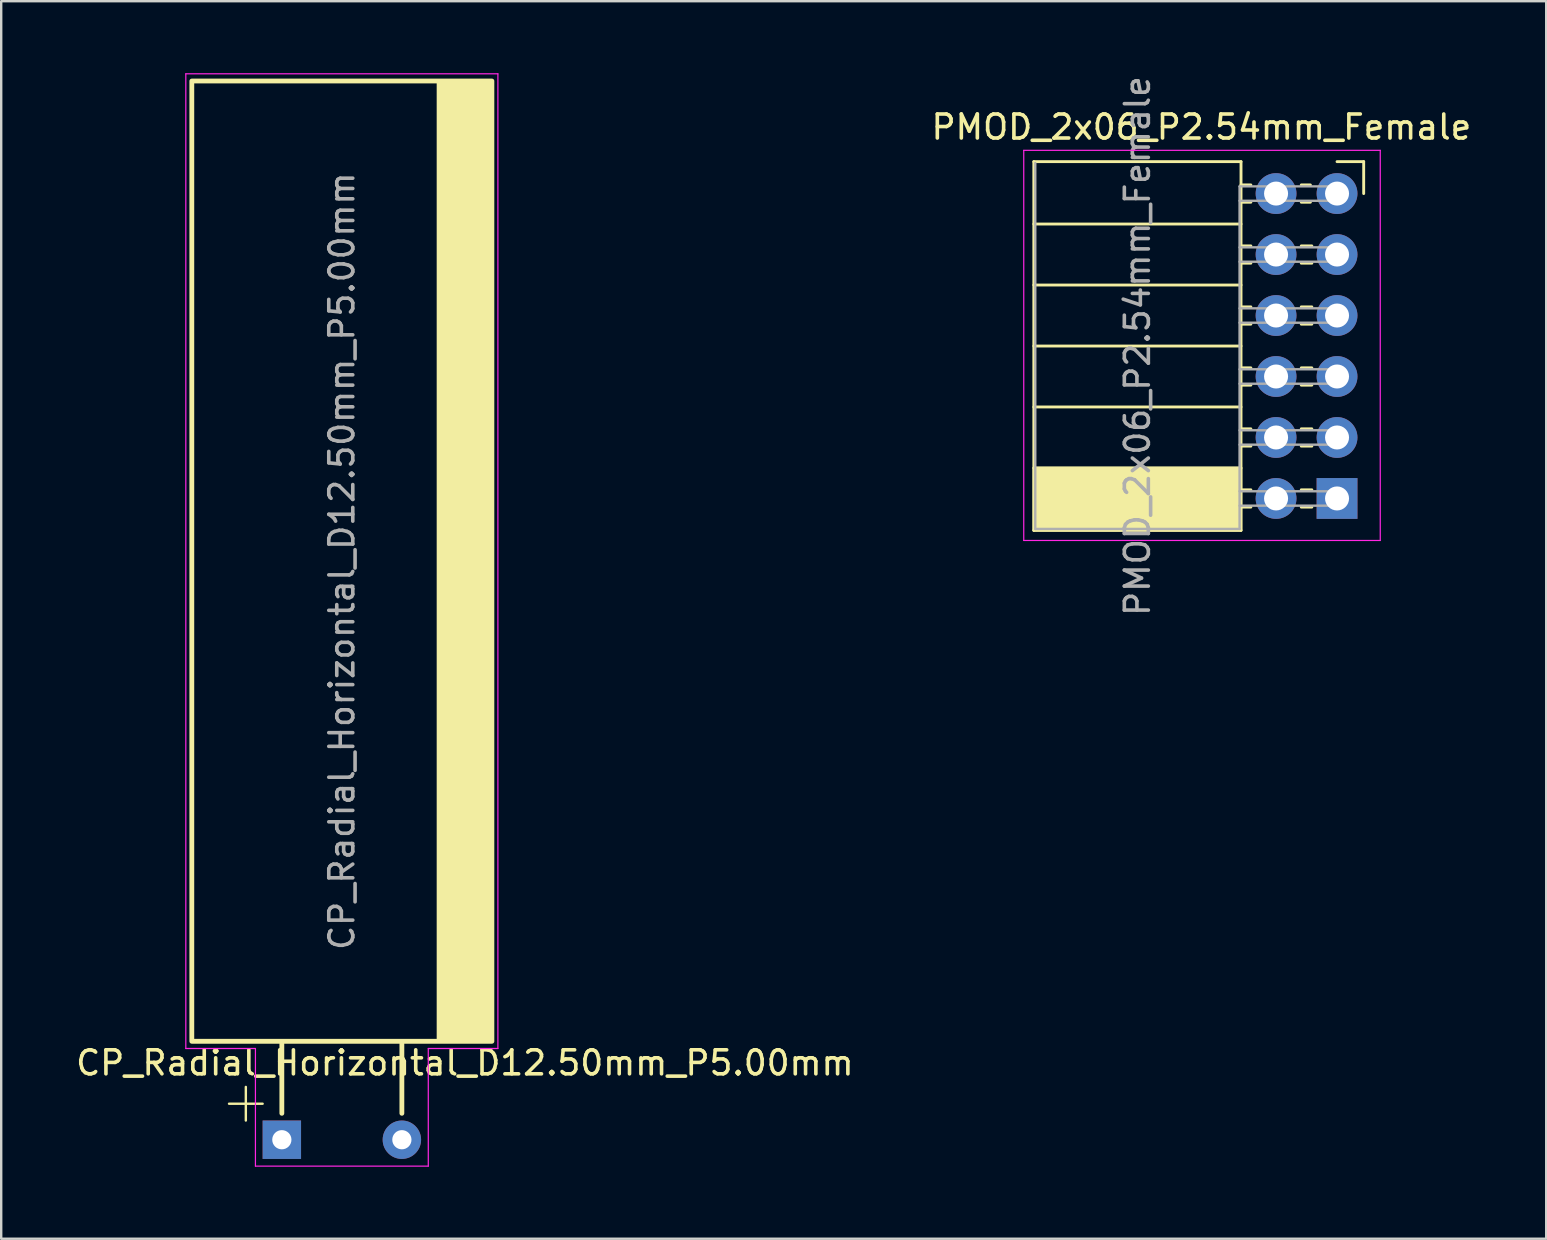
<source format=kicad_pcb>
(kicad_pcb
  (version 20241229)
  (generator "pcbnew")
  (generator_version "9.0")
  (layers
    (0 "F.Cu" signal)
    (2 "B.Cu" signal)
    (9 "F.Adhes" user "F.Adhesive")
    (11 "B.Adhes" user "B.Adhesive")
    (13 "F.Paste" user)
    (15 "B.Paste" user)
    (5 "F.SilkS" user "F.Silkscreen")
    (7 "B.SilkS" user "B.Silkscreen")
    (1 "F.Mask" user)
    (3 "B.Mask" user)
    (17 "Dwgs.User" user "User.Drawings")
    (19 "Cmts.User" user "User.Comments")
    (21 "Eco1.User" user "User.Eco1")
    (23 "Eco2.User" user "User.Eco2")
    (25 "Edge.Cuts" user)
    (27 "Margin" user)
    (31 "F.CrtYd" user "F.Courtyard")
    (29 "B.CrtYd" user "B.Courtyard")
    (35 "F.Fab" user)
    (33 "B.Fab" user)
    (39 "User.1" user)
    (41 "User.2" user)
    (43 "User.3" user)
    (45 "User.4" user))
  (footprint "CP_Radial_Horizontal_D12.50mm_P5.00mm"
    (layer "F.Cu")
    (at 11.19 44.425)
    (property "Reference" "CP_Radial_Horizontal_D12.50mm_P5.00mm" (at 5.125 -3.2 0) (unlocked yes) (layer "F.SilkS") (effects (font (size 1 1) (thickness 0.15))))
    (attr through_hole)
    (fp_line (start -4.7 -1.5) (end -3.3 -1.5) (stroke (width 0.1) (type default)) (layer "F.SilkS"))
    (fp_line (start -4 -2.2) (end -4 -0.8) (stroke (width 0.1) (type default)) (layer "F.SilkS"))
    (fp_line (start -2.5 -1.1) (end -2.5 -4) (stroke (width 0.2) (type default)) (layer "F.SilkS"))
    (fp_line (start 2.5 -1.1) (end 2.5 -4) (stroke (width 0.2) (type default)) (layer "F.SilkS"))
    (fp_rect (start -6.25 -44.1) (end 6.25 -4.1) (stroke (width 0.2) (type solid)) (fill no) (layer "F.SilkS"))
    (fp_rect (start 4 -44.1) (end 6.25 -4.1) (stroke (width 0.1) (type default)) (fill yes) (layer "F.SilkS"))
    (fp_line (start -6.5 -44.4) (end 6.5 -44.4) (stroke (width 0.05) (type default)) (layer "F.CrtYd"))
    (fp_line (start -6.5 -3.8) (end -6.5 -44.4) (stroke (width 0.05) (type default)) (layer "F.CrtYd"))
    (fp_line (start -3.6 -3.8) (end -6.5 -3.8) (stroke (width 0.05) (type default)) (layer "F.CrtYd"))
    (fp_line (start -3.6 1.1) (end -3.6 -3.8) (stroke (width 0.05) (type default)) (layer "F.CrtYd"))
    (fp_line (start 3.6 -3.8) (end 3.6 1.1) (stroke (width 0.05) (type default)) (layer "F.CrtYd"))
    (fp_line (start 3.6 1.1) (end -3.6 1.1) (stroke (width 0.05) (type default)) (layer "F.CrtYd"))
    (fp_line (start 6.5 -44.4) (end 6.5 -3.8) (stroke (width 0.05) (type default)) (layer "F.CrtYd"))
    (fp_line (start 6.5 -3.8) (end 3.6 -3.8) (stroke (width 0.05) (type default)) (layer "F.CrtYd"))
    (fp_text user "${REFERENCE}" (at 0 -24.1 90) (unlocked yes) (layer "F.Fab") (effects (font (size 1 1) (thickness 0.15))))
    (pad "1" thru_hole rect (at -2.5 0) (size 1.6 1.6) (drill 0.8) (layers "*.Cu" "*.Mask"))
    (pad "2" thru_hole circle (at 2.5 0) (size 1.6 1.6) (drill 0.8) (layers "*.Cu" "*.Mask")))
  (footprint "PMOD_2x06_P2.54mm_Female"
    (layer "F.Cu")
    (at 52.644 5.013)
    (property "Reference" "PMOD_2x06_P2.54mm_Female" (at -5.65 -2.77 0) (layer "F.SilkS") (effects (font (size 1 1) (thickness 0.15))))
    (attr through_hole)
    (fp_line (start -12.63 -1.33) (end -12.63 14.03) (stroke (width 0.12) (type solid)) (layer "F.SilkS"))
    (fp_line (start -12.63 -1.33) (end -4 -1.33) (stroke (width 0.12) (type solid)) (layer "F.SilkS"))
    (fp_line (start -12.63 1.27) (end -4 1.27) (stroke (width 0.12) (type solid)) (layer "F.SilkS"))
    (fp_line (start -12.63 3.81) (end -4 3.81) (stroke (width 0.12) (type solid)) (layer "F.SilkS"))
    (fp_line (start -12.63 6.35) (end -4 6.35) (stroke (width 0.12) (type solid)) (layer "F.SilkS"))
    (fp_line (start -12.63 8.89) (end -4 8.89) (stroke (width 0.12) (type solid)) (layer "F.SilkS"))
    (fp_line (start -12.63 11.43) (end -4 11.43) (stroke (width 0.12) (type solid)) (layer "F.SilkS"))
    (fp_line (start -12.63 14.03) (end -4 14.03) (stroke (width 0.12) (type solid)) (layer "F.SilkS"))
    (fp_line (start -4 -1.33) (end -4 14.03) (stroke (width 0.12) (type solid)) (layer "F.SilkS"))
    (fp_line (start -4 -0.36) (end -3.59 -0.36) (stroke (width 0.12) (type solid)) (layer "F.SilkS"))
    (fp_line (start -4 0.36) (end -3.59 0.36) (stroke (width 0.12) (type solid)) (layer "F.SilkS"))
    (fp_line (start -4 2.18) (end -3.59 2.18) (stroke (width 0.12) (type solid)) (layer "F.SilkS"))
    (fp_line (start -4 2.9) (end -3.59 2.9) (stroke (width 0.12) (type solid)) (layer "F.SilkS"))
    (fp_line (start -4 4.72) (end -3.59 4.72) (stroke (width 0.12) (type solid)) (layer "F.SilkS"))
    (fp_line (start -4 5.44) (end -3.59 5.44) (stroke (width 0.12) (type solid)) (layer "F.SilkS"))
    (fp_line (start -4 7.26) (end -3.59 7.26) (stroke (width 0.12) (type solid)) (layer "F.SilkS"))
    (fp_line (start -4 7.98) (end -3.59 7.98) (stroke (width 0.12) (type solid)) (layer "F.SilkS"))
    (fp_line (start -4 9.8) (end -3.59 9.8) (stroke (width 0.12) (type solid)) (layer "F.SilkS"))
    (fp_line (start -4 10.52) (end -3.59 10.52) (stroke (width 0.12) (type solid)) (layer "F.SilkS"))
    (fp_line (start -4 12.34) (end -3.59 12.34) (stroke (width 0.12) (type solid)) (layer "F.SilkS"))
    (fp_line (start -4 13.06) (end -3.59 13.06) (stroke (width 0.12) (type solid)) (layer "F.SilkS"))
    (fp_line (start -1.49 -0.36) (end -1.11 -0.36) (stroke (width 0.12) (type solid)) (layer "F.SilkS"))
    (fp_line (start -1.49 0.36) (end -1.11 0.36) (stroke (width 0.12) (type solid)) (layer "F.SilkS"))
    (fp_line (start -1.49 2.18) (end -1.05 2.18) (stroke (width 0.12) (type solid)) (layer "F.SilkS"))
    (fp_line (start -1.49 2.9) (end -1.05 2.9) (stroke (width 0.12) (type solid)) (layer "F.SilkS"))
    (fp_line (start -1.49 4.72) (end -1.05 4.72) (stroke (width 0.12) (type solid)) (layer "F.SilkS"))
    (fp_line (start -1.49 5.44) (end -1.05 5.44) (stroke (width 0.12) (type solid)) (layer "F.SilkS"))
    (fp_line (start -1.49 7.26) (end -1.05 7.26) (stroke (width 0.12) (type solid)) (layer "F.SilkS"))
    (fp_line (start -1.49 7.98) (end -1.05 7.98) (stroke (width 0.12) (type solid)) (layer "F.SilkS"))
    (fp_line (start -1.49 9.8) (end -1.05 9.8) (stroke (width 0.12) (type solid)) (layer "F.SilkS"))
    (fp_line (start -1.49 10.52) (end -1.05 10.52) (stroke (width 0.12) (type solid)) (layer "F.SilkS"))
    (fp_line (start -1.49 12.34) (end -1.05 12.34) (stroke (width 0.12) (type solid)) (layer "F.SilkS"))
    (fp_line (start -1.49 13.06) (end -1.05 13.06) (stroke (width 0.12) (type solid)) (layer "F.SilkS"))
    (fp_line (start 0 -1.33) (end 1.11 -1.33) (stroke (width 0.12) (type solid)) (layer "F.SilkS"))
    (fp_line (start 1.11 -1.33) (end 1.11 0) (stroke (width 0.12) (type solid)) (layer "F.SilkS"))
    (fp_rect (start -12.63 11.43) (end -4 14.03) (stroke (width 0.1) (type solid)) (fill yes) (layer "F.SilkS"))
    (fp_line (start -13.05 -1.8) (end -13.05 14.45) (stroke (width 0.05) (type solid)) (layer "F.CrtYd"))
    (fp_line (start -13.05 14.45) (end 1.8 14.45) (stroke (width 0.05) (type solid)) (layer "F.CrtYd"))
    (fp_line (start 1.8 -1.8) (end -13.05 -1.8) (stroke (width 0.05) (type solid)) (layer "F.CrtYd"))
    (fp_line (start 1.8 14.45) (end 1.8 -1.8) (stroke (width 0.05) (type solid)) (layer "F.CrtYd"))
    (fp_line (start -12.57 13.97) (end -12.57 -1.27) (stroke (width 0.1) (type solid)) (layer "F.Fab"))
    (fp_line (start -4.06 -0.3) (end -4.06 13.97) (stroke (width 0.1) (type solid)) (layer "F.Fab"))
    (fp_line (start -4.06 0.3) (end 0 0.3) (stroke (width 0.1) (type solid)) (layer "F.Fab"))
    (fp_line (start -4.06 2.84) (end 0 2.84) (stroke (width 0.1) (type solid)) (layer "F.Fab"))
    (fp_line (start -4.06 5.38) (end 0 5.38) (stroke (width 0.1) (type solid)) (layer "F.Fab"))
    (fp_line (start -4.06 7.92) (end 0 7.92) (stroke (width 0.1) (type solid)) (layer "F.Fab"))
    (fp_line (start -4.06 10.46) (end 0 10.46) (stroke (width 0.1) (type solid)) (layer "F.Fab"))
    (fp_line (start -4.06 13) (end 0 13) (stroke (width 0.1) (type solid)) (layer "F.Fab"))
    (fp_line (start -4.06 13.97) (end -12.57 13.97) (stroke (width 0.1) (type solid)) (layer "F.Fab"))
    (fp_line (start 0 -0.3) (end -4.06 -0.3) (stroke (width 0.1) (type solid)) (layer "F.Fab"))
    (fp_line (start 0 0.3) (end 0 -0.3) (stroke (width 0.1) (type solid)) (layer "F.Fab"))
    (fp_line (start 0 2.24) (end -4.06 2.24) (stroke (width 0.1) (type solid)) (layer "F.Fab"))
    (fp_line (start 0 2.84) (end 0 2.24) (stroke (width 0.1) (type solid)) (layer "F.Fab"))
    (fp_line (start 0 4.78) (end -4.06 4.78) (stroke (width 0.1) (type solid)) (layer "F.Fab"))
    (fp_line (start 0 5.38) (end 0 4.78) (stroke (width 0.1) (type solid)) (layer "F.Fab"))
    (fp_line (start 0 7.32) (end -4.06 7.32) (stroke (width 0.1) (type solid)) (layer "F.Fab"))
    (fp_line (start 0 7.92) (end 0 7.32) (stroke (width 0.1) (type solid)) (layer "F.Fab"))
    (fp_line (start 0 9.86) (end -4.06 9.86) (stroke (width 0.1) (type solid)) (layer "F.Fab"))
    (fp_line (start 0 10.46) (end 0 9.86) (stroke (width 0.1) (type solid)) (layer "F.Fab"))
    (fp_line (start 0 12.4) (end -4.06 12.4) (stroke (width 0.1) (type solid)) (layer "F.Fab"))
    (fp_line (start 0 13) (end 0 12.4) (stroke (width 0.1) (type solid)) (layer "F.Fab"))
    (fp_text user "${REFERENCE}" (at -8.315 6.35 90) (layer "F.Fab") (effects (font (size 1 1) (thickness 0.15))))
    (pad "1" thru_hole rect (at 0 12.7) (size 1.7 1.7) (drill 1) (layers "*.Cu" "*.Mask"))
    (pad "2" thru_hole oval (at 0 10.16) (size 1.7 1.7) (drill 1) (layers "*.Cu" "*.Mask"))
    (pad "3" thru_hole oval (at 0 7.62) (size 1.7 1.7) (drill 1) (layers "*.Cu" "*.Mask"))
    (pad "4" thru_hole oval (at 0 5.08) (size 1.7 1.7) (drill 1) (layers "*.Cu" "*.Mask"))
    (pad "5" thru_hole oval (at 0 2.54) (size 1.7 1.7) (drill 1) (layers "*.Cu" "*.Mask"))
    (pad "6" thru_hole oval (at 0 0) (size 1.7 1.7) (drill 1) (layers "*.Cu" "*.Mask"))
    (pad "7" thru_hole oval (at -2.54 12.7) (size 1.7 1.7) (drill 1) (layers "*.Cu" "*.Mask"))
    (pad "8" thru_hole oval (at -2.54 10.16) (size 1.7 1.7) (drill 1) (layers "*.Cu" "*.Mask"))
    (pad "9" thru_hole oval (at -2.54 7.62) (size 1.7 1.7) (drill 1) (layers "*.Cu" "*.Mask"))
    (pad "10" thru_hole oval (at -2.54 5.08) (size 1.7 1.7) (drill 1) (layers "*.Cu" "*.Mask"))
    (pad "11" thru_hole oval (at -2.54 2.54) (size 1.7 1.7) (drill 1) (layers "*.Cu" "*.Mask"))
    (pad "12" thru_hole oval (at -2.54 0) (size 1.7 1.7) (drill 1) (layers "*.Cu" "*.Mask")))
  (gr_rect
    (start -3 -3)
    (end 61.357 48.55)
    (stroke (width 0.1) (type default))
    (fill no)
    (layer "Edge.Cuts")))
</source>
